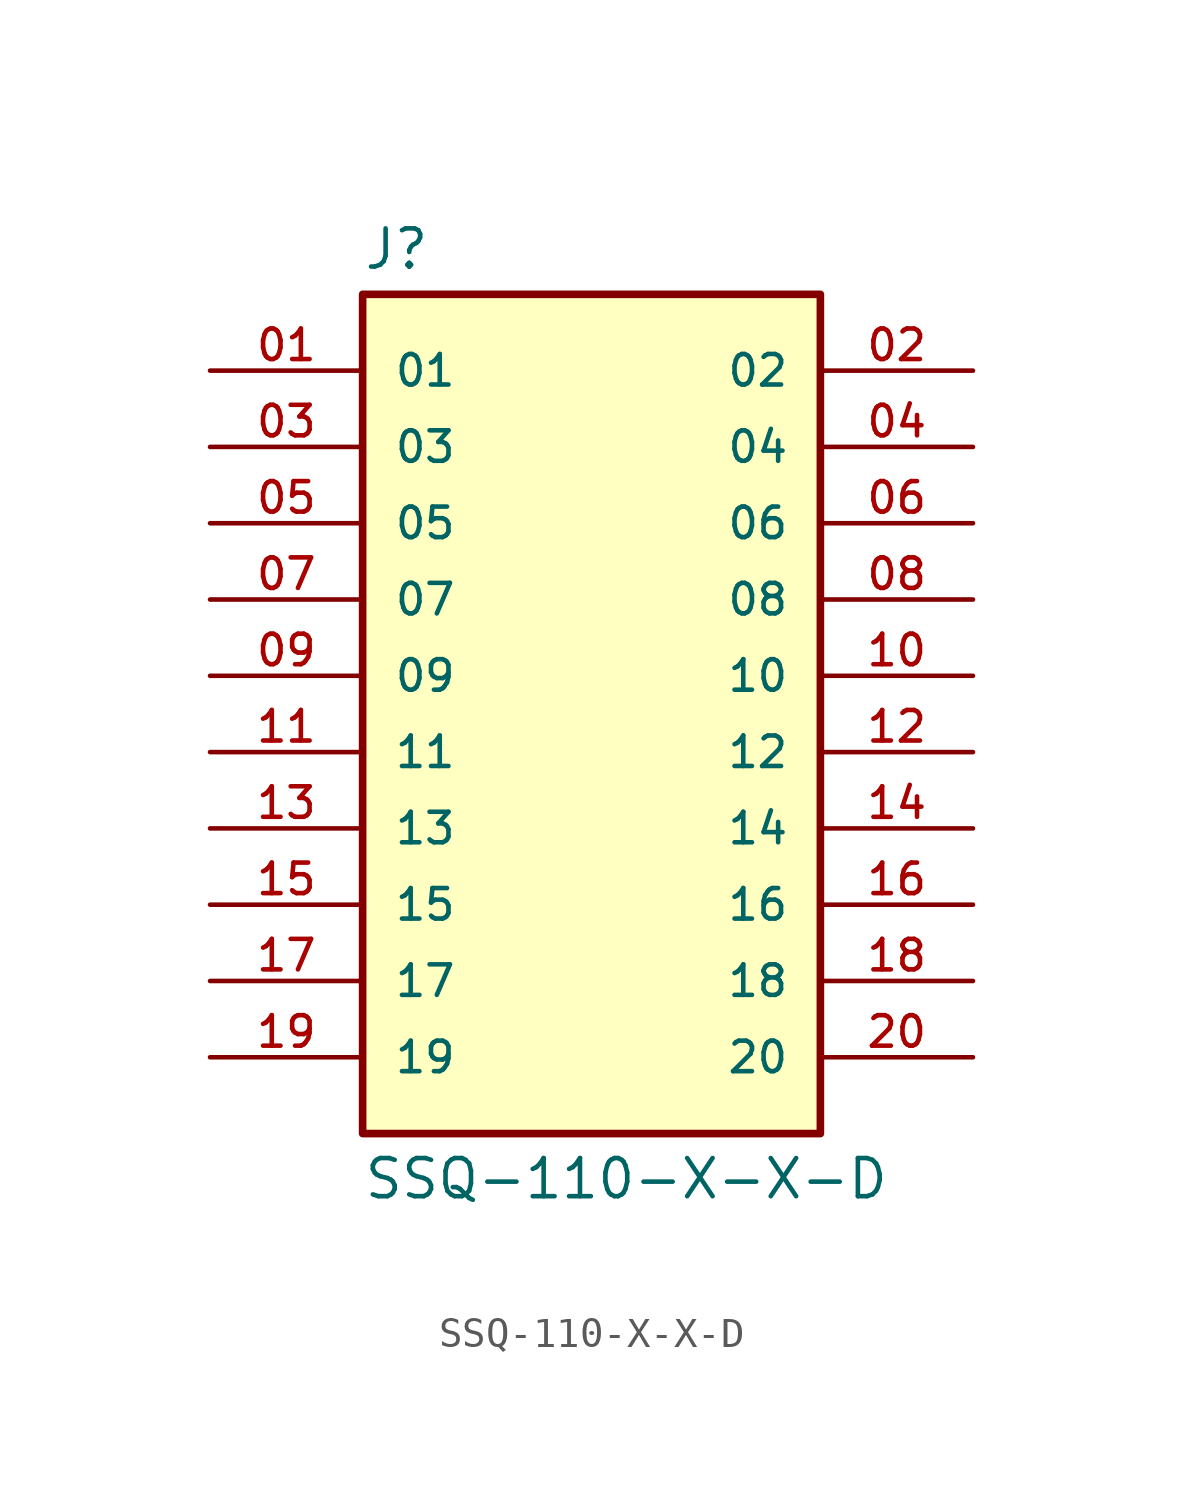
<source format=kicad_sym>
(kicad_symbol_lib
  (version 20211014)
  (generator kicad_symbol_editor)
  (symbol "SSQ-110-X-X-D"
    (pin_names
      (offset 1.016))
    (property "Reference" "J"
      (at -7.62 13.462 0)
      (effects (font (size 1.27 1.27)) (justify bottom left)))
    (property "Value" "SSQ-110-X-X-D"
      (at -7.62 -16.002 0)
      (effects (font (size 1.27 1.27)) (justify top left)))
    (symbol "SSQ-110-X-X-D_0_0"
      (rectangle (start -7.62 -15.24) (end 7.62 12.7) (stroke (width 0.254)) (fill (type background)))
      (pin passive line (at -12.7 10.16 0) (length 5.08) (name "01" (effects (font (size 1.016 1.016)))) (number "01" (effects (font (size 1.016 1.016)))))
      (pin passive line (at 12.7 10.16 180.0) (length 5.08) (name "02" (effects (font (size 1.016 1.016)))) (number "02" (effects (font (size 1.016 1.016)))))
      (pin passive line (at -12.7 7.62 0) (length 5.08) (name "03" (effects (font (size 1.016 1.016)))) (number "03" (effects (font (size 1.016 1.016)))))
      (pin passive line (at 12.7 7.62 180.0) (length 5.08) (name "04" (effects (font (size 1.016 1.016)))) (number "04" (effects (font (size 1.016 1.016)))))
      (pin passive line (at -12.7 5.08 0) (length 5.08) (name "05" (effects (font (size 1.016 1.016)))) (number "05" (effects (font (size 1.016 1.016)))))
      (pin passive line (at 12.7 5.08 180.0) (length 5.08) (name "06" (effects (font (size 1.016 1.016)))) (number "06" (effects (font (size 1.016 1.016)))))
      (pin passive line (at -12.7 2.54 0) (length 5.08) (name "07" (effects (font (size 1.016 1.016)))) (number "07" (effects (font (size 1.016 1.016)))))
      (pin passive line (at 12.7 2.54 180.0) (length 5.08) (name "08" (effects (font (size 1.016 1.016)))) (number "08" (effects (font (size 1.016 1.016)))))
      (pin passive line (at -12.7 0.0 0) (length 5.08) (name "09" (effects (font (size 1.016 1.016)))) (number "09" (effects (font (size 1.016 1.016)))))
      (pin passive line (at 12.7 0.0 180.0) (length 5.08) (name "10" (effects (font (size 1.016 1.016)))) (number "10" (effects (font (size 1.016 1.016)))))
      (pin passive line (at -12.7 -2.54 0) (length 5.08) (name "11" (effects (font (size 1.016 1.016)))) (number "11" (effects (font (size 1.016 1.016)))))
      (pin passive line (at 12.7 -2.54 180.0) (length 5.08) (name "12" (effects (font (size 1.016 1.016)))) (number "12" (effects (font (size 1.016 1.016)))))
      (pin passive line (at -12.7 -5.08 0) (length 5.08) (name "13" (effects (font (size 1.016 1.016)))) (number "13" (effects (font (size 1.016 1.016)))))
      (pin passive line (at 12.7 -5.08 180.0) (length 5.08) (name "14" (effects (font (size 1.016 1.016)))) (number "14" (effects (font (size 1.016 1.016)))))
      (pin passive line (at -12.7 -7.62 0) (length 5.08) (name "15" (effects (font (size 1.016 1.016)))) (number "15" (effects (font (size 1.016 1.016)))))
      (pin passive line (at 12.7 -7.62 180.0) (length 5.08) (name "16" (effects (font (size 1.016 1.016)))) (number "16" (effects (font (size 1.016 1.016)))))
      (pin passive line (at -12.7 -10.16 0) (length 5.08) (name "17" (effects (font (size 1.016 1.016)))) (number "17" (effects (font (size 1.016 1.016)))))
      (pin passive line (at 12.7 -10.16 180.0) (length 5.08) (name "18" (effects (font (size 1.016 1.016)))) (number "18" (effects (font (size 1.016 1.016)))))
      (pin passive line (at -12.7 -12.7 0) (length 5.08) (name "19" (effects (font (size 1.016 1.016)))) (number "19" (effects (font (size 1.016 1.016)))))
      (pin passive line (at 12.7 -12.7 180.0) (length 5.08) (name "20" (effects (font (size 1.016 1.016)))) (number "20" (effects (font (size 1.016 1.016))))))))
</source>
